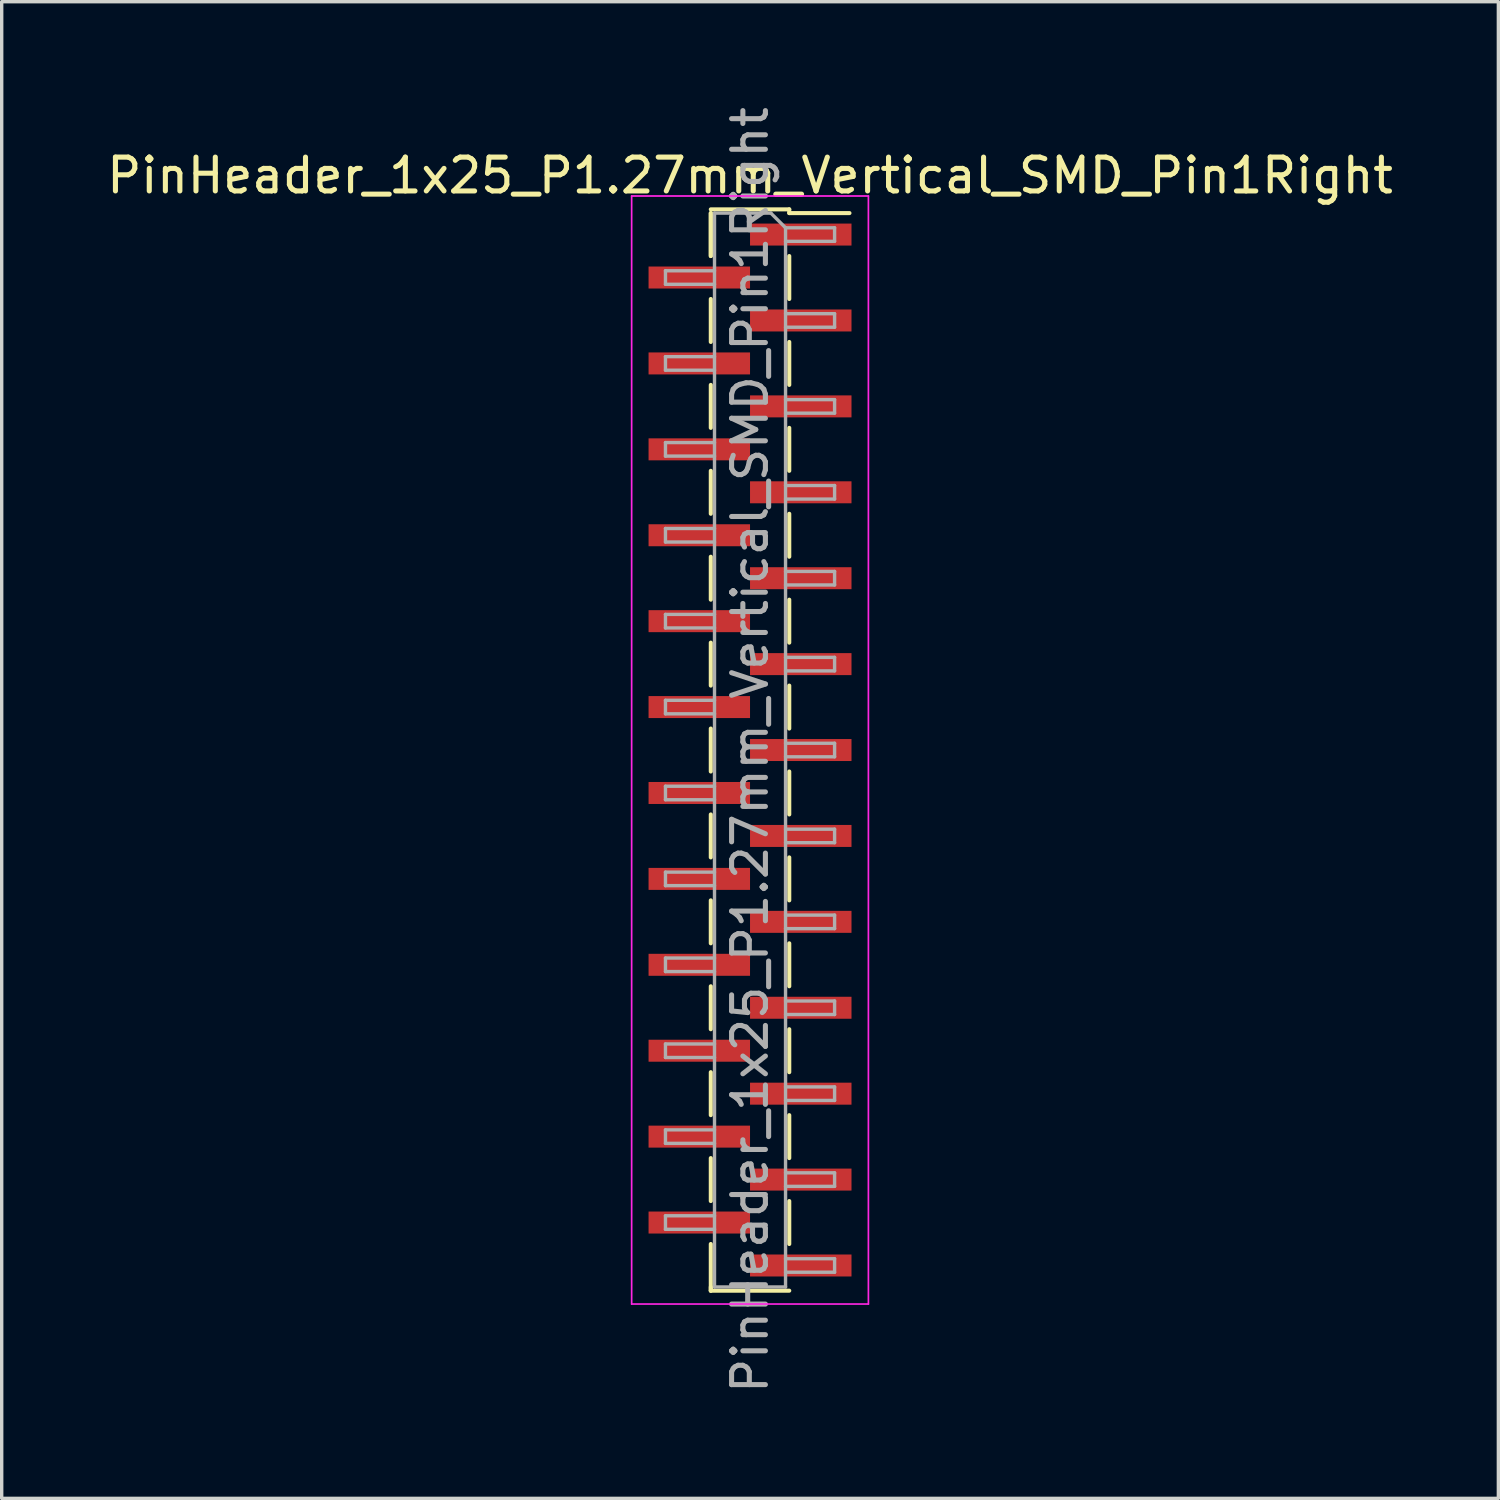
<source format=kicad_pcb>
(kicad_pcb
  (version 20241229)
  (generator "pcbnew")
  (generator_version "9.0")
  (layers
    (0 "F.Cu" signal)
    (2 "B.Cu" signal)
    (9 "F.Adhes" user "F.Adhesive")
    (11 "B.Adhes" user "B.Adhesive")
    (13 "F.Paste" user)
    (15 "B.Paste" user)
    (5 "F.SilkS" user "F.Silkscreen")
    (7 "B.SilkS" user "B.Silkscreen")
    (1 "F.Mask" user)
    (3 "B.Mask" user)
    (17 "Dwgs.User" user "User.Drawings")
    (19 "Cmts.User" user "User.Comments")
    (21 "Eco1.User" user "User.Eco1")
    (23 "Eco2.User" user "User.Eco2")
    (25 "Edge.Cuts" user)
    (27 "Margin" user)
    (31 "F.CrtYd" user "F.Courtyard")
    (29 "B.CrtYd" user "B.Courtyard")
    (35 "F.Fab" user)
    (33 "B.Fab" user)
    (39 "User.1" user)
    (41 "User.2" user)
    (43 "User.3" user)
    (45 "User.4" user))
  (footprint "PinHeader_1x25_P1.27mm_Vertical_SMD_Pin1Right"
    (layer "F.Cu")
    (at 19.125 19.125)
    (property "Reference" "PinHeader_1x25_P1.27mm_Vertical_SMD_Pin1Right" (at 0 -16.985 0) (layer "F.SilkS") (effects (font (size 1 1) (thickness 0.15))))
    (attr smd)
    (fp_line (start -1.16 -15.985) (end 1.16 -15.985) (stroke (width 0.12) (type solid)) (layer "F.SilkS"))
    (fp_line (start -1.16 -15.875) (end -1.16 -14.605) (stroke (width 0.12) (type solid)) (layer "F.SilkS"))
    (fp_line (start -1.16 -15.875) (end -1.16 -14.605) (stroke (width 0.12) (type solid)) (layer "F.SilkS"))
    (fp_line (start -1.16 -13.335) (end -1.16 -12.065) (stroke (width 0.12) (type solid)) (layer "F.SilkS"))
    (fp_line (start -1.16 -10.795) (end -1.16 -9.525) (stroke (width 0.12) (type solid)) (layer "F.SilkS"))
    (fp_line (start -1.16 -8.255) (end -1.16 -6.985) (stroke (width 0.12) (type solid)) (layer "F.SilkS"))
    (fp_line (start -1.16 -5.715) (end -1.16 -4.445) (stroke (width 0.12) (type solid)) (layer "F.SilkS"))
    (fp_line (start -1.16 -3.175) (end -1.16 -1.905) (stroke (width 0.12) (type solid)) (layer "F.SilkS"))
    (fp_line (start -1.16 -0.635) (end -1.16 0.635) (stroke (width 0.12) (type solid)) (layer "F.SilkS"))
    (fp_line (start -1.16 1.905) (end -1.16 3.175) (stroke (width 0.12) (type solid)) (layer "F.SilkS"))
    (fp_line (start -1.16 4.445) (end -1.16 5.715) (stroke (width 0.12) (type solid)) (layer "F.SilkS"))
    (fp_line (start -1.16 6.985) (end -1.16 8.255) (stroke (width 0.12) (type solid)) (layer "F.SilkS"))
    (fp_line (start -1.16 9.525) (end -1.16 10.795) (stroke (width 0.12) (type solid)) (layer "F.SilkS"))
    (fp_line (start -1.16 12.065) (end -1.16 13.335) (stroke (width 0.12) (type solid)) (layer "F.SilkS"))
    (fp_line (start -1.16 14.605) (end -1.16 15.985) (stroke (width 0.12) (type solid)) (layer "F.SilkS"))
    (fp_line (start -1.16 15.875) (end -1.16 15.985) (stroke (width 0.12) (type solid)) (layer "F.SilkS"))
    (fp_line (start -1.16 15.985) (end 1.16 15.985) (stroke (width 0.12) (type solid)) (layer "F.SilkS"))
    (fp_line (start 1.16 -15.985) (end 1.16 -15.875) (stroke (width 0.12) (type solid)) (layer "F.SilkS"))
    (fp_line (start 1.16 -15.875) (end 2.94 -15.875) (stroke (width 0.12) (type solid)) (layer "F.SilkS"))
    (fp_line (start 1.16 -14.605) (end 1.16 -13.335) (stroke (width 0.12) (type solid)) (layer "F.SilkS"))
    (fp_line (start 1.16 -12.065) (end 1.16 -10.795) (stroke (width 0.12) (type solid)) (layer "F.SilkS"))
    (fp_line (start 1.16 -9.525) (end 1.16 -8.255) (stroke (width 0.12) (type solid)) (layer "F.SilkS"))
    (fp_line (start 1.16 -6.985) (end 1.16 -5.715) (stroke (width 0.12) (type solid)) (layer "F.SilkS"))
    (fp_line (start 1.16 -4.445) (end 1.16 -3.175) (stroke (width 0.12) (type solid)) (layer "F.SilkS"))
    (fp_line (start 1.16 -1.905) (end 1.16 -0.635) (stroke (width 0.12) (type solid)) (layer "F.SilkS"))
    (fp_line (start 1.16 0.635) (end 1.16 1.905) (stroke (width 0.12) (type solid)) (layer "F.SilkS"))
    (fp_line (start 1.16 3.175) (end 1.16 4.445) (stroke (width 0.12) (type solid)) (layer "F.SilkS"))
    (fp_line (start 1.16 5.715) (end 1.16 6.985) (stroke (width 0.12) (type solid)) (layer "F.SilkS"))
    (fp_line (start 1.16 8.255) (end 1.16 9.525) (stroke (width 0.12) (type solid)) (layer "F.SilkS"))
    (fp_line (start 1.16 10.795) (end 1.16 12.065) (stroke (width 0.12) (type solid)) (layer "F.SilkS"))
    (fp_line (start 1.16 13.335) (end 1.16 14.605) (stroke (width 0.12) (type solid)) (layer "F.SilkS"))
    (fp_line (start -3.5 -16.38) (end -3.5 16.38) (stroke (width 0.05) (type solid)) (layer "F.CrtYd"))
    (fp_line (start -3.5 16.38) (end 3.5 16.38) (stroke (width 0.05) (type solid)) (layer "F.CrtYd"))
    (fp_line (start 3.5 -16.38) (end -3.5 -16.38) (stroke (width 0.05) (type solid)) (layer "F.CrtYd"))
    (fp_line (start 3.5 16.38) (end 3.5 -16.38) (stroke (width 0.05) (type solid)) (layer "F.CrtYd"))
    (fp_line (start -2.5 -14.17) (end -2.5 -13.77) (stroke (width 0.1) (type solid)) (layer "F.Fab"))
    (fp_line (start -2.5 -13.77) (end -1.05 -13.77) (stroke (width 0.1) (type solid)) (layer "F.Fab"))
    (fp_line (start -2.5 -11.63) (end -2.5 -11.23) (stroke (width 0.1) (type solid)) (layer "F.Fab"))
    (fp_line (start -2.5 -11.23) (end -1.05 -11.23) (stroke (width 0.1) (type solid)) (layer "F.Fab"))
    (fp_line (start -2.5 -9.09) (end -2.5 -8.69) (stroke (width 0.1) (type solid)) (layer "F.Fab"))
    (fp_line (start -2.5 -8.69) (end -1.05 -8.69) (stroke (width 0.1) (type solid)) (layer "F.Fab"))
    (fp_line (start -2.5 -6.55) (end -2.5 -6.15) (stroke (width 0.1) (type solid)) (layer "F.Fab"))
    (fp_line (start -2.5 -6.15) (end -1.05 -6.15) (stroke (width 0.1) (type solid)) (layer "F.Fab"))
    (fp_line (start -2.5 -4.01) (end -2.5 -3.61) (stroke (width 0.1) (type solid)) (layer "F.Fab"))
    (fp_line (start -2.5 -3.61) (end -1.05 -3.61) (stroke (width 0.1) (type solid)) (layer "F.Fab"))
    (fp_line (start -2.5 -1.47) (end -2.5 -1.07) (stroke (width 0.1) (type solid)) (layer "F.Fab"))
    (fp_line (start -2.5 -1.07) (end -1.05 -1.07) (stroke (width 0.1) (type solid)) (layer "F.Fab"))
    (fp_line (start -2.5 1.07) (end -2.5 1.47) (stroke (width 0.1) (type solid)) (layer "F.Fab"))
    (fp_line (start -2.5 1.47) (end -1.05 1.47) (stroke (width 0.1) (type solid)) (layer "F.Fab"))
    (fp_line (start -2.5 3.61) (end -2.5 4.01) (stroke (width 0.1) (type solid)) (layer "F.Fab"))
    (fp_line (start -2.5 4.01) (end -1.05 4.01) (stroke (width 0.1) (type solid)) (layer "F.Fab"))
    (fp_line (start -2.5 6.15) (end -2.5 6.55) (stroke (width 0.1) (type solid)) (layer "F.Fab"))
    (fp_line (start -2.5 6.55) (end -1.05 6.55) (stroke (width 0.1) (type solid)) (layer "F.Fab"))
    (fp_line (start -2.5 8.69) (end -2.5 9.09) (stroke (width 0.1) (type solid)) (layer "F.Fab"))
    (fp_line (start -2.5 9.09) (end -1.05 9.09) (stroke (width 0.1) (type solid)) (layer "F.Fab"))
    (fp_line (start -2.5 11.23) (end -2.5 11.63) (stroke (width 0.1) (type solid)) (layer "F.Fab"))
    (fp_line (start -2.5 11.63) (end -1.05 11.63) (stroke (width 0.1) (type solid)) (layer "F.Fab"))
    (fp_line (start -2.5 13.77) (end -2.5 14.17) (stroke (width 0.1) (type solid)) (layer "F.Fab"))
    (fp_line (start -2.5 14.17) (end -1.05 14.17) (stroke (width 0.1) (type solid)) (layer "F.Fab"))
    (fp_line (start -1.05 -15.875) (end -1.05 15.875) (stroke (width 0.1) (type solid)) (layer "F.Fab"))
    (fp_line (start -1.05 -15.875) (end 0.615 -15.875) (stroke (width 0.1) (type solid)) (layer "F.Fab"))
    (fp_line (start -1.05 -14.17) (end -2.5 -14.17) (stroke (width 0.1) (type solid)) (layer "F.Fab"))
    (fp_line (start -1.05 -11.63) (end -2.5 -11.63) (stroke (width 0.1) (type solid)) (layer "F.Fab"))
    (fp_line (start -1.05 -9.09) (end -2.5 -9.09) (stroke (width 0.1) (type solid)) (layer "F.Fab"))
    (fp_line (start -1.05 -6.55) (end -2.5 -6.55) (stroke (width 0.1) (type solid)) (layer "F.Fab"))
    (fp_line (start -1.05 -4.01) (end -2.5 -4.01) (stroke (width 0.1) (type solid)) (layer "F.Fab"))
    (fp_line (start -1.05 -1.47) (end -2.5 -1.47) (stroke (width 0.1) (type solid)) (layer "F.Fab"))
    (fp_line (start -1.05 1.07) (end -2.5 1.07) (stroke (width 0.1) (type solid)) (layer "F.Fab"))
    (fp_line (start -1.05 3.61) (end -2.5 3.61) (stroke (width 0.1) (type solid)) (layer "F.Fab"))
    (fp_line (start -1.05 6.15) (end -2.5 6.15) (stroke (width 0.1) (type solid)) (layer "F.Fab"))
    (fp_line (start -1.05 8.69) (end -2.5 8.69) (stroke (width 0.1) (type solid)) (layer "F.Fab"))
    (fp_line (start -1.05 11.23) (end -2.5 11.23) (stroke (width 0.1) (type solid)) (layer "F.Fab"))
    (fp_line (start -1.05 13.77) (end -2.5 13.77) (stroke (width 0.1) (type solid)) (layer "F.Fab"))
    (fp_line (start 1.05 -15.44) (end 0.615 -15.875) (stroke (width 0.1) (type solid)) (layer "F.Fab"))
    (fp_line (start 1.05 -15.44) (end 2.5 -15.44) (stroke (width 0.1) (type solid)) (layer "F.Fab"))
    (fp_line (start 1.05 -12.9) (end 2.5 -12.9) (stroke (width 0.1) (type solid)) (layer "F.Fab"))
    (fp_line (start 1.05 -10.36) (end 2.5 -10.36) (stroke (width 0.1) (type solid)) (layer "F.Fab"))
    (fp_line (start 1.05 -7.82) (end 2.5 -7.82) (stroke (width 0.1) (type solid)) (layer "F.Fab"))
    (fp_line (start 1.05 -5.28) (end 2.5 -5.28) (stroke (width 0.1) (type solid)) (layer "F.Fab"))
    (fp_line (start 1.05 -2.74) (end 2.5 -2.74) (stroke (width 0.1) (type solid)) (layer "F.Fab"))
    (fp_line (start 1.05 -0.2) (end 2.5 -0.2) (stroke (width 0.1) (type solid)) (layer "F.Fab"))
    (fp_line (start 1.05 2.34) (end 2.5 2.34) (stroke (width 0.1) (type solid)) (layer "F.Fab"))
    (fp_line (start 1.05 4.88) (end 2.5 4.88) (stroke (width 0.1) (type solid)) (layer "F.Fab"))
    (fp_line (start 1.05 7.42) (end 2.5 7.42) (stroke (width 0.1) (type solid)) (layer "F.Fab"))
    (fp_line (start 1.05 9.96) (end 2.5 9.96) (stroke (width 0.1) (type solid)) (layer "F.Fab"))
    (fp_line (start 1.05 12.5) (end 2.5 12.5) (stroke (width 0.1) (type solid)) (layer "F.Fab"))
    (fp_line (start 1.05 15.04) (end 2.5 15.04) (stroke (width 0.1) (type solid)) (layer "F.Fab"))
    (fp_line (start 1.05 15.875) (end -1.05 15.875) (stroke (width 0.1) (type solid)) (layer "F.Fab"))
    (fp_line (start 1.05 15.875) (end 1.05 -15.44) (stroke (width 0.1) (type solid)) (layer "F.Fab"))
    (fp_line (start 2.5 -15.44) (end 2.5 -15.04) (stroke (width 0.1) (type solid)) (layer "F.Fab"))
    (fp_line (start 2.5 -15.04) (end 1.05 -15.04) (stroke (width 0.1) (type solid)) (layer "F.Fab"))
    (fp_line (start 2.5 -12.9) (end 2.5 -12.5) (stroke (width 0.1) (type solid)) (layer "F.Fab"))
    (fp_line (start 2.5 -12.5) (end 1.05 -12.5) (stroke (width 0.1) (type solid)) (layer "F.Fab"))
    (fp_line (start 2.5 -10.36) (end 2.5 -9.96) (stroke (width 0.1) (type solid)) (layer "F.Fab"))
    (fp_line (start 2.5 -9.96) (end 1.05 -9.96) (stroke (width 0.1) (type solid)) (layer "F.Fab"))
    (fp_line (start 2.5 -7.82) (end 2.5 -7.42) (stroke (width 0.1) (type solid)) (layer "F.Fab"))
    (fp_line (start 2.5 -7.42) (end 1.05 -7.42) (stroke (width 0.1) (type solid)) (layer "F.Fab"))
    (fp_line (start 2.5 -5.28) (end 2.5 -4.88) (stroke (width 0.1) (type solid)) (layer "F.Fab"))
    (fp_line (start 2.5 -4.88) (end 1.05 -4.88) (stroke (width 0.1) (type solid)) (layer "F.Fab"))
    (fp_line (start 2.5 -2.74) (end 2.5 -2.34) (stroke (width 0.1) (type solid)) (layer "F.Fab"))
    (fp_line (start 2.5 -2.34) (end 1.05 -2.34) (stroke (width 0.1) (type solid)) (layer "F.Fab"))
    (fp_line (start 2.5 -0.2) (end 2.5 0.2) (stroke (width 0.1) (type solid)) (layer "F.Fab"))
    (fp_line (start 2.5 0.2) (end 1.05 0.2) (stroke (width 0.1) (type solid)) (layer "F.Fab"))
    (fp_line (start 2.5 2.34) (end 2.5 2.74) (stroke (width 0.1) (type solid)) (layer "F.Fab"))
    (fp_line (start 2.5 2.74) (end 1.05 2.74) (stroke (width 0.1) (type solid)) (layer "F.Fab"))
    (fp_line (start 2.5 4.88) (end 2.5 5.28) (stroke (width 0.1) (type solid)) (layer "F.Fab"))
    (fp_line (start 2.5 5.28) (end 1.05 5.28) (stroke (width 0.1) (type solid)) (layer "F.Fab"))
    (fp_line (start 2.5 7.42) (end 2.5 7.82) (stroke (width 0.1) (type solid)) (layer "F.Fab"))
    (fp_line (start 2.5 7.82) (end 1.05 7.82) (stroke (width 0.1) (type solid)) (layer "F.Fab"))
    (fp_line (start 2.5 9.96) (end 2.5 10.36) (stroke (width 0.1) (type solid)) (layer "F.Fab"))
    (fp_line (start 2.5 10.36) (end 1.05 10.36) (stroke (width 0.1) (type solid)) (layer "F.Fab"))
    (fp_line (start 2.5 12.5) (end 2.5 12.9) (stroke (width 0.1) (type solid)) (layer "F.Fab"))
    (fp_line (start 2.5 12.9) (end 1.05 12.9) (stroke (width 0.1) (type solid)) (layer "F.Fab"))
    (fp_line (start 2.5 15.04) (end 2.5 15.44) (stroke (width 0.1) (type solid)) (layer "F.Fab"))
    (fp_line (start 2.5 15.44) (end 1.05 15.44) (stroke (width 0.1) (type solid)) (layer "F.Fab"))
    (fp_text user "${REFERENCE}" (at 0 0 90) (layer "F.Fab") (effects (font (size 1 1) (thickness 0.15))))
    (pad "1" smd rect (at 1.5 -15.24) (size 3 0.65) (layers "F.Cu" "F.Mask" "F.Paste"))
    (pad "2" smd rect (at -1.5 -13.97) (size 3 0.65) (layers "F.Cu" "F.Mask" "F.Paste"))
    (pad "3" smd rect (at 1.5 -12.7) (size 3 0.65) (layers "F.Cu" "F.Mask" "F.Paste"))
    (pad "4" smd rect (at -1.5 -11.43) (size 3 0.65) (layers "F.Cu" "F.Mask" "F.Paste"))
    (pad "5" smd rect (at 1.5 -10.16) (size 3 0.65) (layers "F.Cu" "F.Mask" "F.Paste"))
    (pad "6" smd rect (at -1.5 -8.89) (size 3 0.65) (layers "F.Cu" "F.Mask" "F.Paste"))
    (pad "7" smd rect (at 1.5 -7.62) (size 3 0.65) (layers "F.Cu" "F.Mask" "F.Paste"))
    (pad "8" smd rect (at -1.5 -6.35) (size 3 0.65) (layers "F.Cu" "F.Mask" "F.Paste"))
    (pad "9" smd rect (at 1.5 -5.08) (size 3 0.65) (layers "F.Cu" "F.Mask" "F.Paste"))
    (pad "10" smd rect (at -1.5 -3.81) (size 3 0.65) (layers "F.Cu" "F.Mask" "F.Paste"))
    (pad "11" smd rect (at 1.5 -2.54) (size 3 0.65) (layers "F.Cu" "F.Mask" "F.Paste"))
    (pad "12" smd rect (at -1.5 -1.27) (size 3 0.65) (layers "F.Cu" "F.Mask" "F.Paste"))
    (pad "13" smd rect (at 1.5 0) (size 3 0.65) (layers "F.Cu" "F.Mask" "F.Paste"))
    (pad "14" smd rect (at -1.5 1.27) (size 3 0.65) (layers "F.Cu" "F.Mask" "F.Paste"))
    (pad "15" smd rect (at 1.5 2.54) (size 3 0.65) (layers "F.Cu" "F.Mask" "F.Paste"))
    (pad "16" smd rect (at -1.5 3.81) (size 3 0.65) (layers "F.Cu" "F.Mask" "F.Paste"))
    (pad "17" smd rect (at 1.5 5.08) (size 3 0.65) (layers "F.Cu" "F.Mask" "F.Paste"))
    (pad "18" smd rect (at -1.5 6.35) (size 3 0.65) (layers "F.Cu" "F.Mask" "F.Paste"))
    (pad "19" smd rect (at 1.5 7.62) (size 3 0.65) (layers "F.Cu" "F.Mask" "F.Paste"))
    (pad "20" smd rect (at -1.5 8.89) (size 3 0.65) (layers "F.Cu" "F.Mask" "F.Paste"))
    (pad "21" smd rect (at 1.5 10.16) (size 3 0.65) (layers "F.Cu" "F.Mask" "F.Paste"))
    (pad "22" smd rect (at -1.5 11.43) (size 3 0.65) (layers "F.Cu" "F.Mask" "F.Paste"))
    (pad "23" smd rect (at 1.5 12.7) (size 3 0.65) (layers "F.Cu" "F.Mask" "F.Paste"))
    (pad "24" smd rect (at -1.5 13.97) (size 3 0.65) (layers "F.Cu" "F.Mask" "F.Paste"))
    (pad "25" smd rect (at 1.5 15.24) (size 3 0.65) (layers "F.Cu" "F.Mask" "F.Paste")))
  (gr_rect
    (start -3 -3)
    (end 41.25 41.25)
    (stroke (width 0.1) (type default))
    (fill no)
    (layer "Edge.Cuts")))
</source>
